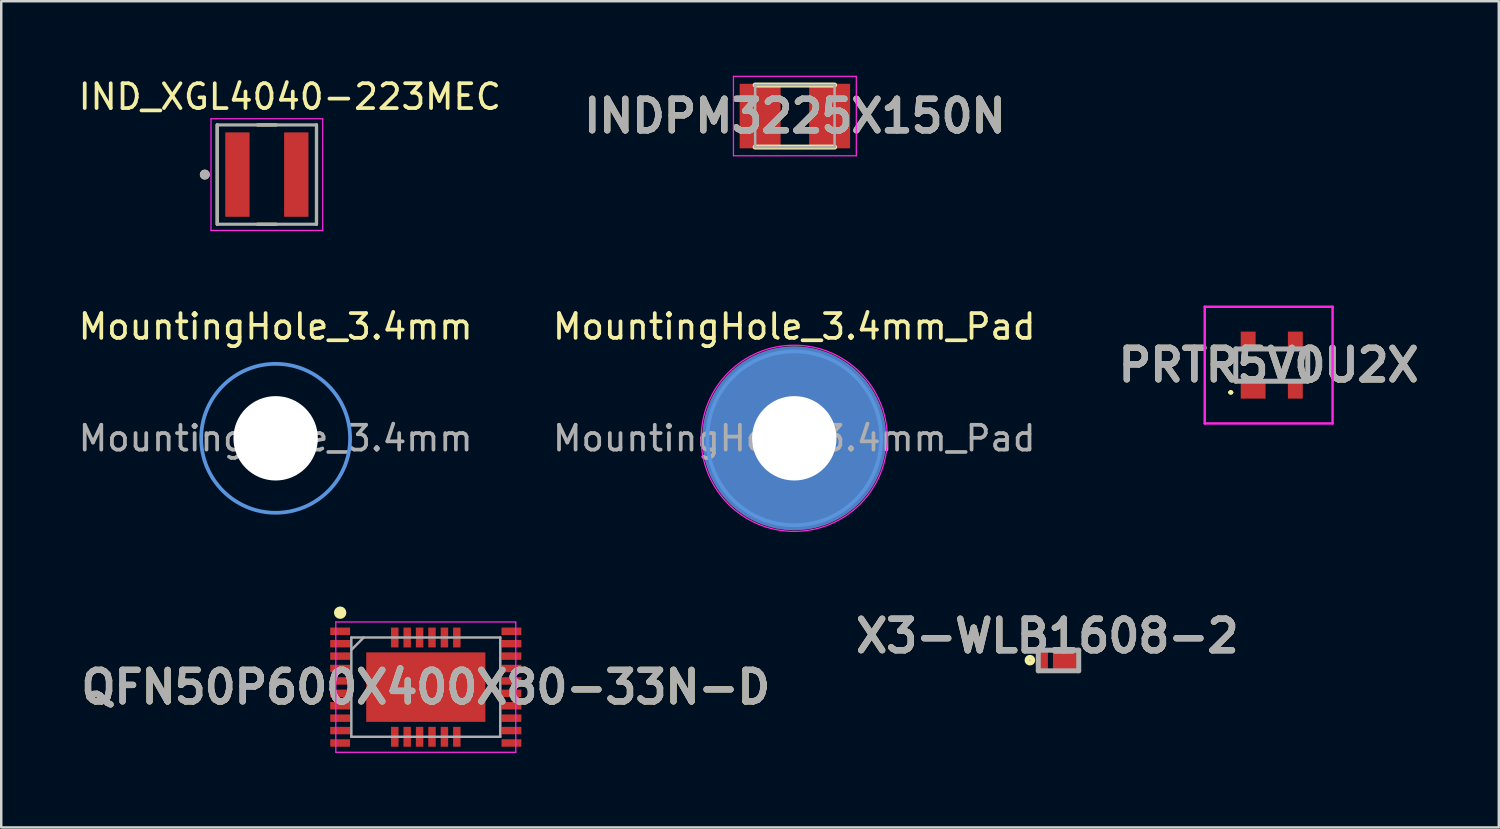
<source format=kicad_pcb>
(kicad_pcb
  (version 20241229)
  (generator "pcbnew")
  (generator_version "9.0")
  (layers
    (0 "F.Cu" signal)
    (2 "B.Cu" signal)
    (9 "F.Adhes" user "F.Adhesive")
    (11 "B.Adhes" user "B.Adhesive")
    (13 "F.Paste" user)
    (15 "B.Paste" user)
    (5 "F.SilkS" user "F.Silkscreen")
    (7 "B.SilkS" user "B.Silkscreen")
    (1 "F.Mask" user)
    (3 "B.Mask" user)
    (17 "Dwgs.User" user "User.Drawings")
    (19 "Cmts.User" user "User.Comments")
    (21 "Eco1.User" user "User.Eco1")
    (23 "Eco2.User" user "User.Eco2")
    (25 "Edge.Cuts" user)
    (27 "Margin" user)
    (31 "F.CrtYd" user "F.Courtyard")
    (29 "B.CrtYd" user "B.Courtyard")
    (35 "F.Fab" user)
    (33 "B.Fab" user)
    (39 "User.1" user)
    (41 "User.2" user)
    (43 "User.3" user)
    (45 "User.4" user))
  (footprint "X3-WLB1608-2"
    (layer "F.Cu")
    (at 39.591 23.557)
    (property "Reference" "X3-WLB1608-2" (at -0.45 -0.987 0) (layer "F.SilkS") (effects (font (size 1.27 1.27) (thickness 0.254))))
    (attr smd)
    (fp_circle (center -1.152 -0.012) (end -1.152 0.002) (stroke (width 0.2) (type solid)) (fill no) (layer "F.SilkS"))
    (fp_line (start -0.815 -0.415) (end 0.815 -0.415) (stroke (width 0.2) (type solid)) (layer "F.Fab"))
    (fp_line (start -0.815 0.415) (end -0.815 -0.415) (stroke (width 0.2) (type solid)) (layer "F.Fab"))
    (fp_line (start 0.815 -0.415) (end 0.815 0.415) (stroke (width 0.2) (type solid)) (layer "F.Fab"))
    (fp_line (start 0.815 0.415) (end -0.815 0.415) (stroke (width 0.2) (type solid)) (layer "F.Fab"))
    (fp_text user "${REFERENCE}" (at -0.45 -0.987 0) (layer "F.Fab") (effects (font (size 1.27 1.27) (thickness 0.254))))
    (pad "1" smd rect (at -0.619 0) (size 0.385 0.69) (layers "F.Cu" "F.Mask" "F.Paste"))
    (pad "2" smd rect (at 0.293 0 90) (size 0.69 1.035) (layers "F.Cu" "F.Mask" "F.Paste")))
  (footprint "IND_XGL4040-223MEC"
    (layer "F.Cu")
    (at 7.7 3.983)
    (property "Reference" "IND_XGL4040-223MEC" (at 0.925 -3.135 0) (layer "F.SilkS") (effects (font (size 1 1) (thickness 0.15))))
    (attr smd)
    (fp_line (start -2 -2) (end -2 2) (stroke (width 0.127) (type solid)) (layer "F.SilkS"))
    (fp_line (start -0.38 -2) (end 0.38 -2) (stroke (width 0.127) (type solid)) (layer "F.SilkS"))
    (fp_line (start -0.38 2) (end 0.38 2) (stroke (width 0.127) (type solid)) (layer "F.SilkS"))
    (fp_line (start 2 -2) (end 2 2) (stroke (width 0.127) (type solid)) (layer "F.SilkS"))
    (fp_circle (center -2.5 0) (end -2.4 0) (stroke (width 0.2) (type solid)) (fill no) (layer "F.SilkS"))
    (fp_line (start -2.25 -2.25) (end 2.25 -2.25) (stroke (width 0.05) (type solid)) (layer "F.CrtYd"))
    (fp_line (start -2.25 2.25) (end -2.25 -2.25) (stroke (width 0.05) (type solid)) (layer "F.CrtYd"))
    (fp_line (start 2.25 -2.25) (end 2.25 2.25) (stroke (width 0.05) (type solid)) (layer "F.CrtYd"))
    (fp_line (start 2.25 2.25) (end -2.25 2.25) (stroke (width 0.05) (type solid)) (layer "F.CrtYd"))
    (fp_line (start -2 -2) (end 2 -2) (stroke (width 0.127) (type solid)) (layer "F.Fab"))
    (fp_line (start -2 2) (end -2 -2) (stroke (width 0.127) (type solid)) (layer "F.Fab"))
    (fp_line (start 2 -2) (end 2 2) (stroke (width 0.127) (type solid)) (layer "F.Fab"))
    (fp_line (start 2 2) (end -2 2) (stroke (width 0.127) (type solid)) (layer "F.Fab"))
    (fp_circle (center -2.5 0) (end -2.4 0) (stroke (width 0.2) (type solid)) (fill no) (layer "F.Fab"))
    (pad "1" smd rect (at -1.185 0) (size 0.98 3.4) (layers "F.Cu" "F.Mask" "F.Paste"))
    (pad "2" smd rect (at 1.185 0) (size 0.98 3.4) (layers "F.Cu" "F.Mask" "F.Paste")))
  (footprint "PRTR5V0U2X"
    (layer "F.Cu")
    (at 48.182 11.658)
    (property "Reference" "PRTR5V0U2X" (at -0.125 0 0) (layer "F.SilkS") (effects (font (size 1.27 1.27) (thickness 0.254))))
    (attr smd)
    (fp_line (start -1.7 1.1) (end -1.7 1.1) (stroke (width 0.1) (type solid)) (layer "F.SilkS"))
    (fp_line (start -1.6 1.1) (end -1.6 1.1) (stroke (width 0.1) (type solid)) (layer "F.SilkS"))
    (fp_line (start -1.45 -0.65) (end -1.45 0.6) (stroke (width 0.1) (type solid)) (layer "F.SilkS"))
    (fp_line (start 1.45 -0.7) (end 1.45 0.65) (stroke (width 0.1) (type solid)) (layer "F.SilkS"))
    (fp_arc (start -1.7 1.1) (mid -1.65 1.05) (end -1.6 1.1) (stroke (width 0.1) (type solid)) (layer "F.SilkS"))
    (fp_arc (start -1.6 1.1) (mid -1.65 1.15) (end -1.7 1.1) (stroke (width 0.1) (type solid)) (layer "F.SilkS"))
    (fp_line (start -2.7 -2.35) (end 2.45 -2.35) (stroke (width 0.1) (type solid)) (layer "F.CrtYd"))
    (fp_line (start -2.7 2.35) (end -2.7 -2.35) (stroke (width 0.1) (type solid)) (layer "F.CrtYd"))
    (fp_line (start 2.45 -2.35) (end 2.45 2.35) (stroke (width 0.1) (type solid)) (layer "F.CrtYd"))
    (fp_line (start 2.45 2.35) (end -2.7 2.35) (stroke (width 0.1) (type solid)) (layer "F.CrtYd"))
    (fp_line (start -1.45 -0.65) (end 1.45 -0.65) (stroke (width 0.2) (type solid)) (layer "F.Fab"))
    (fp_line (start -1.45 0.65) (end -1.45 -0.65) (stroke (width 0.2) (type solid)) (layer "F.Fab"))
    (fp_line (start 1.45 -0.65) (end 1.45 0.65) (stroke (width 0.2) (type solid)) (layer "F.Fab"))
    (fp_line (start 1.45 0.65) (end -1.45 0.65) (stroke (width 0.2) (type solid)) (layer "F.Fab"))
    (fp_text user "${REFERENCE}" (at -0.125 0 0) (layer "F.Fab") (effects (font (size 1.27 1.27) (thickness 0.254))))
    (pad "1" smd rect (at -0.75 1 90) (size 0.7 1) (layers "F.Cu" "F.Mask" "F.Paste"))
    (pad "2" smd rect (at 0.95 1) (size 0.6 0.7) (layers "F.Cu" "F.Mask" "F.Paste"))
    (pad "3" smd rect (at 0.95 -1) (size 0.6 0.7) (layers "F.Cu" "F.Mask" "F.Paste"))
    (pad "4" smd rect (at -0.95 -1) (size 0.6 0.7) (layers "F.Cu" "F.Mask" "F.Paste")))
  (footprint "INDPM3225X150N"
    (layer "F.Cu")
    (at 28.971 1.625)
    (property "Reference" "INDPM3225X150N" (at 0 0 0) (layer "F.SilkS") (effects (font (size 1.27 1.27) (thickness 0.254))))
    (attr smd)
    (fp_line (start -1.6 1.25) (end 1.6 1.25) (stroke (width 0.2) (type solid)) (layer "F.SilkS"))
    (fp_line (start 1.6 -1.25) (end -1.6 -1.25) (stroke (width 0.2) (type solid)) (layer "F.SilkS"))
    (fp_line (start -2.475 -1.6) (end 2.475 -1.6) (stroke (width 0.05) (type solid)) (layer "F.CrtYd"))
    (fp_line (start -2.475 1.6) (end -2.475 -1.6) (stroke (width 0.05) (type solid)) (layer "F.CrtYd"))
    (fp_line (start 2.475 -1.6) (end 2.475 1.6) (stroke (width 0.05) (type solid)) (layer "F.CrtYd"))
    (fp_line (start 2.475 1.6) (end -2.475 1.6) (stroke (width 0.05) (type solid)) (layer "F.CrtYd"))
    (fp_line (start -1.6 -1.25) (end 1.6 -1.25) (stroke (width 0.1) (type solid)) (layer "F.Fab"))
    (fp_line (start -1.6 1.25) (end -1.6 -1.25) (stroke (width 0.1) (type solid)) (layer "F.Fab"))
    (fp_line (start 1.6 -1.25) (end 1.6 1.25) (stroke (width 0.1) (type solid)) (layer "F.Fab"))
    (fp_line (start 1.6 1.25) (end -1.6 1.25) (stroke (width 0.1) (type solid)) (layer "F.Fab"))
    (fp_text user "${REFERENCE}" (at 0 0 0) (layer "F.Fab") (effects (font (size 1.27 1.27) (thickness 0.254))))
    (pad "1" smd rect (at -1.4 0) (size 1.65 2.6) (layers "F.Cu" "F.Mask" "F.Paste"))
    (pad "2" smd rect (at 1.4 0) (size 1.65 2.6) (layers "F.Cu" "F.Mask" "F.Paste")))
  (footprint "MountingHole_3.4mm"
    (layer "F.Cu")
    (at 8.054 14.607)
    (property "Reference" "MountingHole_3.4mm" (at 0 -4.5 0) (layer "F.SilkS") (effects (font (size 1 1) (thickness 0.15))))
    (attr exclude_from_pos_files exclude_from_bom)
    (fp_circle (center 0 0) (end 3 0) (stroke (width 0.15) (type solid)) (fill no) (layer "Cmts.User"))
    (fp_circle (center 0 0) (end 3 0) (stroke (width 0.05) (type solid)) (fill no) (layer "F.CrtYd"))
    (fp_text user "${REFERENCE}" (at 0 0 0) (layer "F.Fab") (effects (font (size 1 1) (thickness 0.15))))
    (pad "" np_thru_hole circle (at 0 0) (size 3.4 3.4) (drill 3.5) (layers "*.Cu" "*.Mask")))
  (footprint "MountingHole_3.4mm_Pad"
    (layer "F.Cu")
    (at 28.946 14.607)
    (property "Reference" "MountingHole_3.4mm_Pad" (at 0 -4.5 0) (layer "F.SilkS") (effects (font (size 1 1) (thickness 0.15))))
    (attr exclude_from_pos_files exclude_from_bom)
    (fp_circle (center 0 0) (end 3.5 0) (stroke (width 0.15) (type solid)) (fill no) (layer "Cmts.User"))
    (fp_circle (center 0 0) (end 3.75 0) (stroke (width 0.05) (type solid)) (fill no) (layer "F.CrtYd"))
    (fp_text user "${REFERENCE}" (at 0 0 0) (layer "F.Fab") (effects (font (size 1 1) (thickness 0.15))))
    (pad "1" thru_hole circle (at 0 0) (size 7.4 7.4) (drill 3.4) (layers "*.Cu" "*.Mask")))
  (footprint "QFN50P600X400X80-33N-D"
    (layer "F.Cu")
    (at 14.103 24.631)
    (property "Reference" "QFN50P600X400X80-33N-D" (at 0 0 0) (layer "F.SilkS") (effects (font (size 1.27 1.27) (thickness 0.254))))
    (attr smd)
    (fp_circle (center -3.45 -3) (end -3.45 -2.875) (stroke (width 0.25) (type solid)) (fill no) (layer "F.SilkS"))
    (fp_line (start -3.625 -2.625) (end 3.625 -2.625) (stroke (width 0.05) (type solid)) (layer "F.CrtYd"))
    (fp_line (start -3.625 2.625) (end -3.625 -2.625) (stroke (width 0.05) (type solid)) (layer "F.CrtYd"))
    (fp_line (start 3.625 -2.625) (end 3.625 2.625) (stroke (width 0.05) (type solid)) (layer "F.CrtYd"))
    (fp_line (start 3.625 2.625) (end -3.625 2.625) (stroke (width 0.05) (type solid)) (layer "F.CrtYd"))
    (fp_line (start -3 -2) (end 3 -2) (stroke (width 0.1) (type solid)) (layer "F.Fab"))
    (fp_line (start -3 -1.5) (end -2.5 -2) (stroke (width 0.1) (type solid)) (layer "F.Fab"))
    (fp_line (start -3 2) (end -3 -2) (stroke (width 0.1) (type solid)) (layer "F.Fab"))
    (fp_line (start 3 -2) (end 3 2) (stroke (width 0.1) (type solid)) (layer "F.Fab"))
    (fp_line (start 3 2) (end -3 2) (stroke (width 0.1) (type solid)) (layer "F.Fab"))
    (fp_text user "${REFERENCE}" (at 0 0 0) (layer "F.Fab") (effects (font (size 1.27 1.27) (thickness 0.254))))
    (pad "1" smd rect (at -3.45 -2.25 90) (size 0.3 0.8) (layers "F.Cu" "F.Mask" "F.Paste"))
    (pad "2" smd rect (at -3.45 -1.75 90) (size 0.3 0.8) (layers "F.Cu" "F.Mask" "F.Paste"))
    (pad "3" smd rect (at -3.45 -1.25 90) (size 0.3 0.8) (layers "F.Cu" "F.Mask" "F.Paste"))
    (pad "4" smd rect (at -3.45 -0.75 90) (size 0.3 0.8) (layers "F.Cu" "F.Mask" "F.Paste"))
    (pad "5" smd rect (at -3.45 -0.25 90) (size 0.3 0.8) (layers "F.Cu" "F.Mask" "F.Paste"))
    (pad "6" smd rect (at -3.45 0.25 90) (size 0.3 0.8) (layers "F.Cu" "F.Mask" "F.Paste"))
    (pad "7" smd rect (at -3.45 0.75 90) (size 0.3 0.8) (layers "F.Cu" "F.Mask" "F.Paste"))
    (pad "8" smd rect (at -3.45 1.25 90) (size 0.3 0.8) (layers "F.Cu" "F.Mask" "F.Paste"))
    (pad "9" smd rect (at -3.45 1.75 90) (size 0.3 0.8) (layers "F.Cu" "F.Mask" "F.Paste"))
    (pad "10" smd rect (at -3.45 2.25 90) (size 0.3 0.8) (layers "F.Cu" "F.Mask" "F.Paste"))
    (pad "11" smd rect (at -1.25 2) (size 0.3 0.8) (layers "F.Cu" "F.Mask" "F.Paste"))
    (pad "12" smd rect (at -0.75 2) (size 0.3 0.8) (layers "F.Cu" "F.Mask" "F.Paste"))
    (pad "13" smd rect (at -0.25 2) (size 0.3 0.8) (layers "F.Cu" "F.Mask" "F.Paste"))
    (pad "14" smd rect (at 0.25 2) (size 0.3 0.8) (layers "F.Cu" "F.Mask" "F.Paste"))
    (pad "15" smd rect (at 0.75 2) (size 0.3 0.8) (layers "F.Cu" "F.Mask" "F.Paste"))
    (pad "16" smd rect (at 1.25 2) (size 0.3 0.8) (layers "F.Cu" "F.Mask" "F.Paste"))
    (pad "17" smd rect (at 3.45 2.25 90) (size 0.3 0.8) (layers "F.Cu" "F.Mask" "F.Paste"))
    (pad "18" smd rect (at 3.45 1.75 90) (size 0.3 0.8) (layers "F.Cu" "F.Mask" "F.Paste"))
    (pad "19" smd rect (at 3.45 1.25 90) (size 0.3 0.8) (layers "F.Cu" "F.Mask" "F.Paste"))
    (pad "20" smd rect (at 3.45 0.75 90) (size 0.3 0.8) (layers "F.Cu" "F.Mask" "F.Paste"))
    (pad "21" smd rect (at 3.45 0.25 90) (size 0.3 0.8) (layers "F.Cu" "F.Mask" "F.Paste"))
    (pad "22" smd rect (at 3.45 -0.25 90) (size 0.3 0.8) (layers "F.Cu" "F.Mask" "F.Paste"))
    (pad "23" smd rect (at 3.45 -0.75 90) (size 0.3 0.8) (layers "F.Cu" "F.Mask" "F.Paste"))
    (pad "24" smd rect (at 3.45 -1.25 90) (size 0.3 0.8) (layers "F.Cu" "F.Mask" "F.Paste"))
    (pad "25" smd rect (at 3.45 -1.75 90) (size 0.3 0.8) (layers "F.Cu" "F.Mask" "F.Paste"))
    (pad "26" smd rect (at 3.45 -2.25 90) (size 0.3 0.8) (layers "F.Cu" "F.Mask" "F.Paste"))
    (pad "27" smd rect (at 1.25 -2) (size 0.3 0.8) (layers "F.Cu" "F.Mask" "F.Paste"))
    (pad "28" smd rect (at 0.75 -2) (size 0.3 0.8) (layers "F.Cu" "F.Mask" "F.Paste"))
    (pad "29" smd rect (at 0.25 -2) (size 0.3 0.8) (layers "F.Cu" "F.Mask" "F.Paste"))
    (pad "30" smd rect (at -0.25 -2) (size 0.3 0.8) (layers "F.Cu" "F.Mask" "F.Paste"))
    (pad "31" smd rect (at -0.75 -2) (size 0.3 0.8) (layers "F.Cu" "F.Mask" "F.Paste"))
    (pad "32" smd rect (at -1.25 -2) (size 0.3 0.8) (layers "F.Cu" "F.Mask" "F.Paste"))
    (pad "33" smd rect (at 0 0 90) (size 2.8 4.8) (layers "F.Cu" "F.Mask" "F.Paste")))
  (gr_rect
    (start -3 -3)
    (end 57.328 30.282)
    (stroke (width 0.1) (type default))
    (fill no)
    (layer "Edge.Cuts")))
</source>
